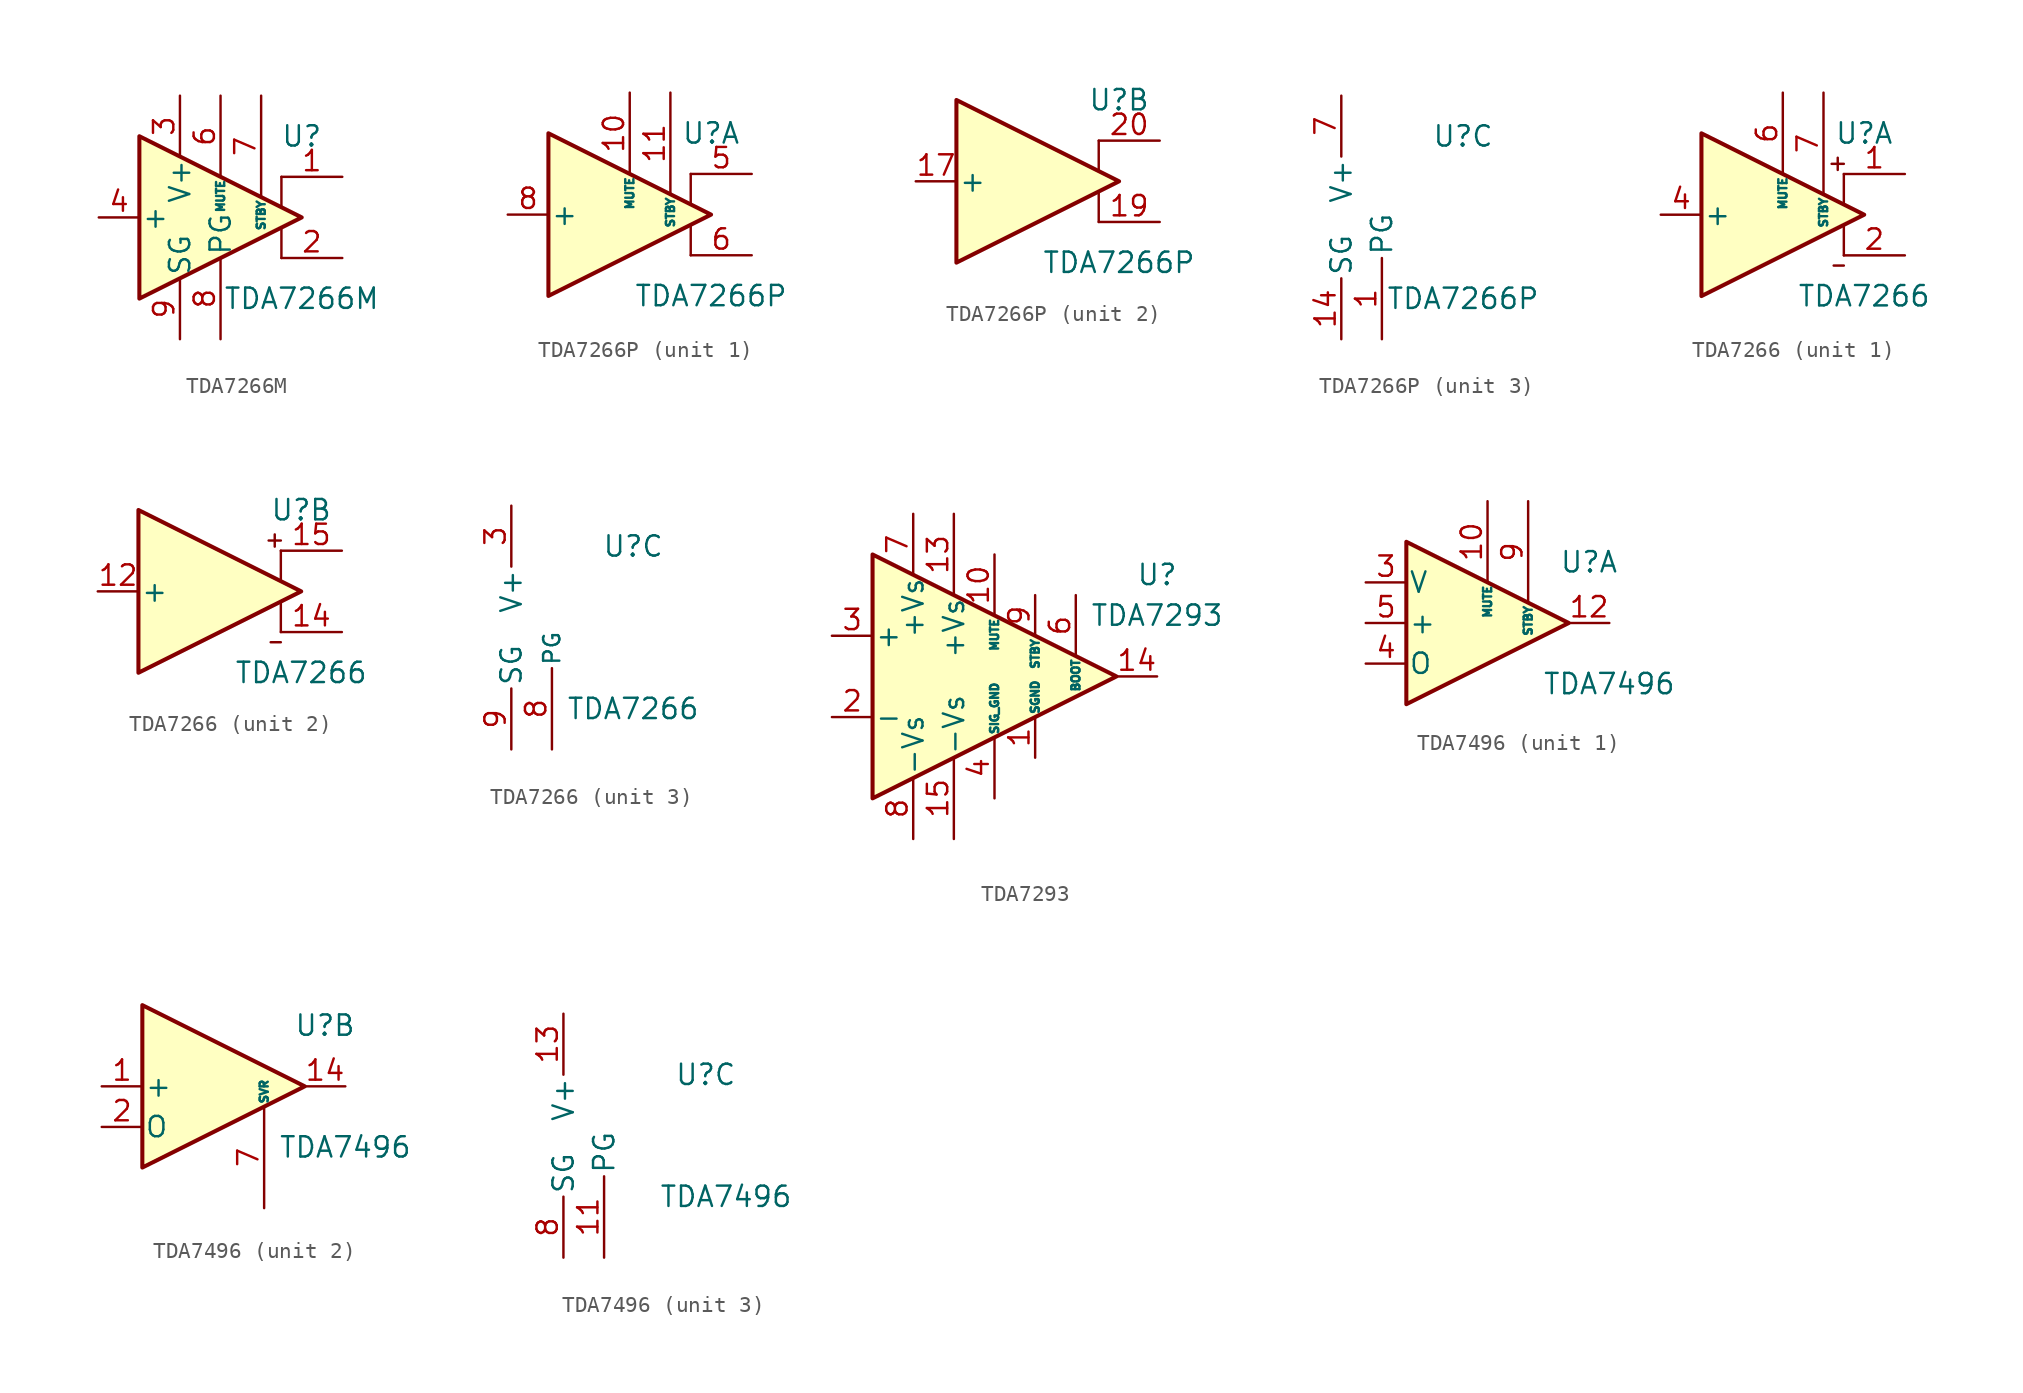
<source format=kicad_sym>
(kicad_symbol_lib
  (version 20241209)
  (generator "kicad_symbol_editor")
  (generator_version "9.0")
  (symbol "TDA7266M"
    (pin_names
      (offset 0.127))
    (property "Reference" "U"
      (at 5.08 5.08 0)
      (effects (font (size 1.27 1.27))))
    (property "Value" "TDA7266M"
      (at 5.08 -5.08 0)
      (effects (font (size 1.27 1.27))))
    (symbol "TDA7266M_0_1"
      (polyline (pts (xy 3.81 2.54) (xy 3.81 0.635)) (stroke (width 0) (type solid)) (fill (type none)))
      (polyline (pts (xy 3.81 -0.635) (xy 3.81 -2.54)) (stroke (width 0) (type solid)) (fill (type none)))
      (polyline (pts (xy 5.08 0) (xy -5.08 5.08) (xy -5.08 -5.08) (xy 5.08 0)) (stroke (width 0.254) (type solid)) (fill (type background))))
    (symbol "TDA7266M_1_1"
      (pin input line (at -7.62 0 0) (length 2.54) (name "+" (effects (font (size 1.27 1.27)))) (number "4" (effects (font (size 1.27 1.27)))))
      (pin passive line (at -2.54 7.62 270) (length 3.81) (hide yes) (name "V+" (effects (font (size 1.27 1.27)))) (number "13" (effects (font (size 1.27 1.27)))))
      (pin power_in line (at -2.54 7.62 270) (length 3.81) (name "V+" (effects (font (size 1.27 1.27)))) (number "3" (effects (font (size 1.27 1.27)))))
      (pin no_connect line (at -2.54 2.54 270) (length 2.54) (hide yes) (name "NC" (effects (font (size 1.27 1.27)))) (number "5" (effects (font (size 1.27 1.27)))))
      (pin no_connect line (at -2.54 -2.54 90) (length 2.54) (hide yes) (name "NC" (effects (font (size 1.27 1.27)))) (number "12" (effects (font (size 1.27 1.27)))))
      (pin power_in line (at -2.54 -7.62 90) (length 3.81) (name "SG" (effects (font (size 1.27 1.27)))) (number "9" (effects (font (size 1.27 1.27)))))
      (pin input line (at 0 7.62 270) (length 5.08) (name "MUTE" (effects (font (size 0.508 0.508)))) (number "6" (effects (font (size 1.27 1.27)))))
      (pin no_connect line (at 0 2.54 270) (length 2.54) (hide yes) (name "NC" (effects (font (size 1.27 1.27)))) (number "10" (effects (font (size 1.27 1.27)))))
      (pin no_connect line (at 0 -2.54 90) (length 2.54) (hide yes) (name "NC" (effects (font (size 1.27 1.27)))) (number "14" (effects (font (size 1.27 1.27)))))
      (pin power_in line (at 0 -7.62 90) (length 5.08) (name "PG" (effects (font (size 1.27 1.27)))) (number "8" (effects (font (size 1.27 1.27)))))
      (pin input line (at 2.54 7.62 270) (length 6.35) (name "STBY" (effects (font (size 0.508 0.508)))) (number "7" (effects (font (size 1.27 1.27)))))
      (pin no_connect line (at 2.54 2.54 270) (length 2.54) (hide yes) (name "NC" (effects (font (size 1.27 1.27)))) (number "11" (effects (font (size 1.27 1.27)))))
      (pin no_connect line (at 2.54 -2.54 90) (length 2.54) (hide yes) (name "NC" (effects (font (size 1.27 1.27)))) (number "15" (effects (font (size 1.27 1.27)))))
      (pin output line (at 7.62 2.54 180) (length 3.81) (name "~" (effects (font (size 1.27 1.27)))) (number "1" (effects (font (size 1.27 1.27)))))
      (pin output line (at 7.62 -2.54 180) (length 3.81) (name "~" (effects (font (size 1.27 1.27)))) (number "2" (effects (font (size 1.27 1.27)))))))
  (symbol "TDA7266P"
    (pin_names
      (offset 0.127))
    (property "Reference" "U"
      (at 5.08 5.08 0)
      (effects (font (size 1.27 1.27))))
    (property "Value" "TDA7266P"
      (at 5.08 -5.08 0)
      (effects (font (size 1.27 1.27))))
    (property "ki_locked" ""
      (at 0 0 0)
      (effects (font (size 1.27 1.27))))
    (symbol "TDA7266P_1_1"
      (polyline (pts (xy 3.81 2.54) (xy 3.81 0.635)) (stroke (width 0) (type solid)) (fill (type none)))
      (polyline (pts (xy 3.81 -0.635) (xy 3.81 -2.54)) (stroke (width 0) (type solid)) (fill (type none)))
      (polyline (pts (xy 5.08 0) (xy -5.08 5.08) (xy -5.08 -5.08) (xy 5.08 0)) (stroke (width 0.254) (type solid)) (fill (type background)))
      (pin input line (at -7.62 0 0) (length 2.54) (name "+" (effects (font (size 1.27 1.27)))) (number "8" (effects (font (size 1.27 1.27)))))
      (pin no_connect line (at -5.08 2.54 270) (length 2.54) (hide yes) (name "NC" (effects (font (size 1.27 1.27)))) (number "2" (effects (font (size 1.27 1.27)))))
      (pin no_connect line (at -5.08 -2.54 90) (length 2.54) (hide yes) (name "NC" (effects (font (size 1.27 1.27)))) (number "16" (effects (font (size 1.27 1.27)))))
      (pin no_connect line (at -2.54 2.54 270) (length 2.54) (hide yes) (name "NC" (effects (font (size 1.27 1.27)))) (number "3" (effects (font (size 1.27 1.27)))))
      (pin no_connect line (at -2.54 0 270) (length 2.54) (hide yes) (name "NC" (effects (font (size 1.27 1.27)))) (number "12" (effects (font (size 1.27 1.27)))))
      (pin no_connect line (at -2.54 -2.54 90) (length 2.54) (hide yes) (name "NC" (effects (font (size 1.27 1.27)))) (number "21" (effects (font (size 1.27 1.27)))))
      (pin input line (at 0 7.62 270) (length 5.08) (name "MUTE" (effects (font (size 0.508 0.508)))) (number "10" (effects (font (size 1.27 1.27)))))
      (pin no_connect line (at 0 2.54 270) (length 2.54) (hide yes) (name "NC" (effects (font (size 1.27 1.27)))) (number "4" (effects (font (size 1.27 1.27)))))
      (pin no_connect line (at 0 0 270) (length 2.54) (hide yes) (name "NC" (effects (font (size 1.27 1.27)))) (number "13" (effects (font (size 1.27 1.27)))))
      (pin no_connect line (at 0 -2.54 90) (length 2.54) (hide yes) (name "NC" (effects (font (size 1.27 1.27)))) (number "22" (effects (font (size 1.27 1.27)))))
      (pin input line (at 2.54 7.62 270) (length 6.35) (name "STBY" (effects (font (size 0.508 0.508)))) (number "11" (effects (font (size 1.27 1.27)))))
      (pin no_connect line (at 2.54 2.54 270) (length 2.54) (hide yes) (name "NC" (effects (font (size 1.27 1.27)))) (number "9" (effects (font (size 1.27 1.27)))))
      (pin no_connect line (at 2.54 0 270) (length 2.54) (hide yes) (name "NC" (effects (font (size 1.27 1.27)))) (number "15" (effects (font (size 1.27 1.27)))))
      (pin no_connect line (at 2.54 -2.54 90) (length 2.54) (hide yes) (name "NC" (effects (font (size 1.27 1.27)))) (number "23" (effects (font (size 1.27 1.27)))))
      (pin output line (at 7.62 2.54 180) (length 3.81) (name "~" (effects (font (size 1.27 1.27)))) (number "5" (effects (font (size 1.27 1.27)))))
      (pin output line (at 7.62 -2.54 180) (length 3.81) (name "~" (effects (font (size 1.27 1.27)))) (number "6" (effects (font (size 1.27 1.27))))))
    (symbol "TDA7266P_2_1"
      (polyline (pts (xy 3.81 2.54) (xy 3.81 0.635)) (stroke (width 0) (type solid)) (fill (type none)))
      (polyline (pts (xy 3.81 -0.635) (xy 3.81 -2.54)) (stroke (width 0) (type solid)) (fill (type none)))
      (polyline (pts (xy 5.08 0) (xy -5.08 5.08) (xy -5.08 -5.08) (xy 5.08 0)) (stroke (width 0.254) (type solid)) (fill (type background)))
      (pin input line (at -7.62 0 0) (length 2.54) (name "+" (effects (font (size 1.27 1.27)))) (number "17" (effects (font (size 1.27 1.27)))))
      (pin output line (at 7.62 2.54 180) (length 3.81) (name "~" (effects (font (size 1.27 1.27)))) (number "20" (effects (font (size 1.27 1.27)))))
      (pin output line (at 7.62 -2.54 180) (length 3.81) (name "~" (effects (font (size 1.27 1.27)))) (number "19" (effects (font (size 1.27 1.27))))))
    (symbol "TDA7266P_3_1"
      (pin passive line (at -2.54 7.62 270) (length 3.81) (hide yes) (name "V+" (effects (font (size 1.27 1.27)))) (number "18" (effects (font (size 1.27 1.27)))))
      (pin power_in line (at -2.54 7.62 270) (length 3.81) (name "V+" (effects (font (size 1.27 1.27)))) (number "7" (effects (font (size 1.27 1.27)))))
      (pin power_in line (at -2.54 -7.62 90) (length 3.81) (name "SG" (effects (font (size 1.27 1.27)))) (number "14" (effects (font (size 1.27 1.27)))))
      (pin power_in line (at 0 -7.62 90) (length 5.08) (name "PG" (effects (font (size 1.27 1.27)))) (number "1" (effects (font (size 1.27 1.27)))))
      (pin passive line (at 0 -7.62 90) (length 5.08) (hide yes) (name "PG" (effects (font (size 1.27 1.27)))) (number "24" (effects (font (size 1.27 1.27)))))))
  (symbol "TDA7266"
    (pin_names
      (offset 0.127))
    (property "Reference" "U"
      (at 5.08 5.08 0)
      (effects (font (size 1.27 1.27))))
    (property "Value" "TDA7266"
      (at 5.08 -5.08 0)
      (effects (font (size 1.27 1.27))))
    (property "ki_locked" ""
      (at 0 0 0)
      (effects (font (size 1.27 1.27))))
    (symbol "TDA7266_1_1"
      (polyline (pts (xy 3.048 3.175) (xy 3.81 3.175)) (stroke (width 0) (type solid)) (fill (type none)))
      (polyline (pts (xy 3.175 -3.175) (xy 3.81 -3.175)) (stroke (width 0) (type solid)) (fill (type none)))
      (polyline (pts (xy 3.429 2.794) (xy 3.429 3.556)) (stroke (width 0) (type solid)) (fill (type none)))
      (polyline (pts (xy 3.81 2.54) (xy 3.81 0.635)) (stroke (width 0) (type solid)) (fill (type none)))
      (polyline (pts (xy 3.81 -0.635) (xy 3.81 -2.54)) (stroke (width 0) (type solid)) (fill (type none)))
      (polyline (pts (xy 5.08 0) (xy -5.08 5.08) (xy -5.08 -5.08) (xy 5.08 0)) (stroke (width 0.254) (type solid)) (fill (type background)))
      (pin input line (at -7.62 0 0) (length 2.54) (name "+" (effects (font (size 1.27 1.27)))) (number "4" (effects (font (size 1.27 1.27)))))
      (pin no_connect line (at -2.54 2.54 270) (length 2.54) (hide yes) (name "NC" (effects (font (size 1.27 1.27)))) (number "5" (effects (font (size 1.27 1.27)))))
      (pin input line (at 0 7.62 270) (length 5.08) (name "MUTE" (effects (font (size 0.508 0.508)))) (number "6" (effects (font (size 1.27 1.27)))))
      (pin no_connect line (at 0 2.54 270) (length 2.54) (hide yes) (name "NC" (effects (font (size 1.27 1.27)))) (number "10" (effects (font (size 1.27 1.27)))))
      (pin input line (at 2.54 7.62 270) (length 6.35) (name "STBY" (effects (font (size 0.508 0.508)))) (number "7" (effects (font (size 1.27 1.27)))))
      (pin no_connect line (at 2.54 2.54 270) (length 2.54) (hide yes) (name "NC" (effects (font (size 1.27 1.27)))) (number "11" (effects (font (size 1.27 1.27)))))
      (pin output line (at 7.62 2.54 180) (length 3.81) (name "~" (effects (font (size 1.27 1.27)))) (number "1" (effects (font (size 1.27 1.27)))))
      (pin output line (at 7.62 -2.54 180) (length 3.81) (name "~" (effects (font (size 1.27 1.27)))) (number "2" (effects (font (size 1.27 1.27))))))
    (symbol "TDA7266_2_1"
      (polyline (pts (xy 3.048 3.175) (xy 3.81 3.175)) (stroke (width 0) (type solid)) (fill (type none)))
      (polyline (pts (xy 3.175 -3.175) (xy 3.81 -3.175)) (stroke (width 0) (type solid)) (fill (type none)))
      (polyline (pts (xy 3.429 2.794) (xy 3.429 3.556)) (stroke (width 0) (type solid)) (fill (type none)))
      (polyline (pts (xy 3.81 2.54) (xy 3.81 0.635)) (stroke (width 0) (type solid)) (fill (type none)))
      (polyline (pts (xy 3.81 -0.635) (xy 3.81 -2.54)) (stroke (width 0) (type solid)) (fill (type none)))
      (polyline (pts (xy 5.08 0) (xy -5.08 5.08) (xy -5.08 -5.08) (xy 5.08 0)) (stroke (width 0.254) (type solid)) (fill (type background)))
      (pin input line (at -7.62 0 0) (length 2.54) (name "+" (effects (font (size 1.27 1.27)))) (number "12" (effects (font (size 1.27 1.27)))))
      (pin output line (at 7.62 2.54 180) (length 3.81) (name "~" (effects (font (size 1.27 1.27)))) (number "15" (effects (font (size 1.27 1.27)))))
      (pin output line (at 7.62 -2.54 180) (length 3.81) (name "~" (effects (font (size 1.27 1.27)))) (number "14" (effects (font (size 1.27 1.27))))))
    (symbol "TDA7266_3_1"
      (pin passive line (at -2.54 7.62 270) (length 3.81) (hide yes) (name "V+" (effects (font (size 1.27 1.27)))) (number "13" (effects (font (size 1.27 1.27)))))
      (pin power_in line (at -2.54 7.62 270) (length 3.81) (name "V+" (effects (font (size 1.27 1.27)))) (number "3" (effects (font (size 1.27 1.27)))))
      (pin power_in line (at -2.54 -7.62 90) (length 3.81) (name "SG" (effects (font (size 1.27 1.27)))) (number "9" (effects (font (size 1.27 1.27)))))
      (pin power_in line (at 0 -7.62 90) (length 5.08) (name "PG" (effects (font (size 1.016 1.016)))) (number "8" (effects (font (size 1.27 1.27)))))))
  (symbol "TDA7293"
    (pin_names
      (offset 0.127))
    (property "Reference" "U"
      (at 10.16 6.35 0)
      (effects (font (size 1.27 1.27))))
    (property "Value" "TDA7293"
      (at 10.16 3.81 0)
      (effects (font (size 1.27 1.27))))
    (symbol "TDA7293_0_1"
      (polyline (pts (xy -7.62 7.62) (xy 7.62 0) (xy -7.62 -7.62) (xy -7.62 7.62)) (stroke (width 0.254) (type solid)) (fill (type background))))
    (symbol "TDA7293_1_1"
      (pin input line (at -10.16 2.54 0) (length 2.54) (name "+" (effects (font (size 1.27 1.27)))) (number "3" (effects (font (size 1.27 1.27)))))
      (pin input line (at -10.16 -2.54 0) (length 2.54) (name "-" (effects (font (size 1.27 1.27)))) (number "2" (effects (font (size 1.27 1.27)))))
      (pin power_in line (at -5.08 10.16 270) (length 3.81) (name "+Vs" (effects (font (size 1.27 1.27)))) (number "7" (effects (font (size 1.27 1.27)))))
      (pin power_in line (at -5.08 -10.16 90) (length 3.81) (name "-Vs" (effects (font (size 1.27 1.27)))) (number "8" (effects (font (size 1.27 1.27)))))
      (pin power_in line (at -2.54 10.16 270) (length 5.08) (name "+Vs" (effects (font (size 1.27 1.27)))) (number "13" (effects (font (size 1.27 1.27)))))
      (pin no_connect line (at -2.54 2.54 270) (length 2.54) (hide yes) (name "NC" (effects (font (size 1.27 1.27)))) (number "5" (effects (font (size 1.27 1.27)))))
      (pin power_in line (at -2.54 -10.16 90) (length 5.08) (name "-Vs" (effects (font (size 1.27 1.27)))) (number "15" (effects (font (size 1.27 1.27)))))
      (pin input line (at 0 7.62 270) (length 3.81) (name "MUTE" (effects (font (size 0.508 0.508)))) (number "10" (effects (font (size 1.27 1.27)))))
      (pin no_connect line (at 0 2.54 270) (length 2.54) (hide yes) (name "NC" (effects (font (size 1.27 1.27)))) (number "11" (effects (font (size 1.27 1.27)))))
      (pin power_in line (at 0 -7.62 90) (length 3.81) (name "SIG_GND" (effects (font (size 0.508 0.508)))) (number "4" (effects (font (size 1.27 1.27)))))
      (pin input line (at 2.54 5.08 270) (length 2.54) (name "STBY" (effects (font (size 0.508 0.508)))) (number "9" (effects (font (size 1.27 1.27)))))
      (pin no_connect line (at 2.54 2.54 270) (length 2.54) (hide yes) (name "NC" (effects (font (size 1.27 1.27)))) (number "12" (effects (font (size 1.27 1.27)))))
      (pin power_in line (at 2.54 -5.08 90) (length 2.54) (name "SGND" (effects (font (size 0.508 0.508)))) (number "1" (effects (font (size 1.27 1.27)))))
      (pin passive line (at 5.08 5.08 270) (length 3.81) (name "BOOT" (effects (font (size 0.508 0.508)))) (number "6" (effects (font (size 1.27 1.27)))))
      (pin output line (at 10.16 0 180) (length 2.54) (name "~" (effects (font (size 1.27 1.27)))) (number "14" (effects (font (size 1.27 1.27)))))))
  (symbol "TDA7496"
    (pin_names
      (offset 0.127))
    (property "Reference" "U"
      (at 6.35 3.81 0)
      (effects (font (size 1.27 1.27))))
    (property "Value" "TDA7496"
      (at 7.62 -3.81 0)
      (effects (font (size 1.27 1.27))))
    (property "ki_locked" ""
      (at 0 0 0)
      (effects (font (size 1.27 1.27))))
    (symbol "TDA7496_1_1"
      (polyline (pts (xy 5.08 0) (xy -5.08 5.08) (xy -5.08 -5.08) (xy 5.08 0)) (stroke (width 0.254) (type solid)) (fill (type background)))
      (pin input line (at -7.62 2.54 0) (length 2.54) (name "V" (effects (font (size 1.27 1.27)))) (number "3" (effects (font (size 1.27 1.27)))))
      (pin input line (at -7.62 0 0) (length 2.54) (name "+" (effects (font (size 1.27 1.27)))) (number "5" (effects (font (size 1.27 1.27)))))
      (pin output line (at -7.62 -2.54 0) (length 2.54) (name "O" (effects (font (size 1.27 1.27)))) (number "4" (effects (font (size 1.27 1.27)))))
      (pin input line (at 0 7.62 270) (length 5.08) (name "MUTE" (effects (font (size 0.508 0.508)))) (number "10" (effects (font (size 1.27 1.27)))))
      (pin no_connect line (at 0 2.54 270) (length 2.54) (hide yes) (name "NC" (effects (font (size 1.27 1.27)))) (number "6" (effects (font (size 1.27 1.27)))))
      (pin input line (at 2.54 7.62 270) (length 6.35) (name "STBY" (effects (font (size 0.508 0.508)))) (number "9" (effects (font (size 1.27 1.27)))))
      (pin output line (at 7.62 0 180) (length 2.54) (name "~" (effects (font (size 1.27 1.27)))) (number "12" (effects (font (size 1.27 1.27))))))
    (symbol "TDA7496_2_1"
      (polyline (pts (xy 5.08 0) (xy -5.08 5.08) (xy -5.08 -5.08) (xy 5.08 0)) (stroke (width 0.254) (type solid)) (fill (type background)))
      (pin input line (at -7.62 0 0) (length 2.54) (name "+" (effects (font (size 1.27 1.27)))) (number "1" (effects (font (size 1.27 1.27)))))
      (pin output line (at -7.62 -2.54 0) (length 2.54) (name "O" (effects (font (size 1.27 1.27)))) (number "2" (effects (font (size 1.27 1.27)))))
      (pin passive line (at 2.54 -7.62 90) (length 6.35) (name "SVR" (effects (font (size 0.508 0.508)))) (number "7" (effects (font (size 1.27 1.27)))))
      (pin output line (at 7.62 0 180) (length 2.54) (name "~" (effects (font (size 1.27 1.27)))) (number "14" (effects (font (size 1.27 1.27))))))
    (symbol "TDA7496_3_1"
      (pin power_in line (at -2.54 7.62 270) (length 3.81) (name "V+" (effects (font (size 1.27 1.27)))) (number "13" (effects (font (size 1.27 1.27)))))
      (pin power_in line (at -2.54 -7.62 90) (length 3.81) (name "SG" (effects (font (size 1.27 1.27)))) (number "8" (effects (font (size 1.27 1.27)))))
      (pin power_in line (at 0 -7.62 90) (length 5.08) (name "PG" (effects (font (size 1.27 1.27)))) (number "11" (effects (font (size 1.27 1.27)))))
      (pin passive line (at 0 -7.62 90) (length 5.08) (hide yes) (name "PG" (effects (font (size 1.27 1.27)))) (number "15" (effects (font (size 1.27 1.27))))))))
</source>
